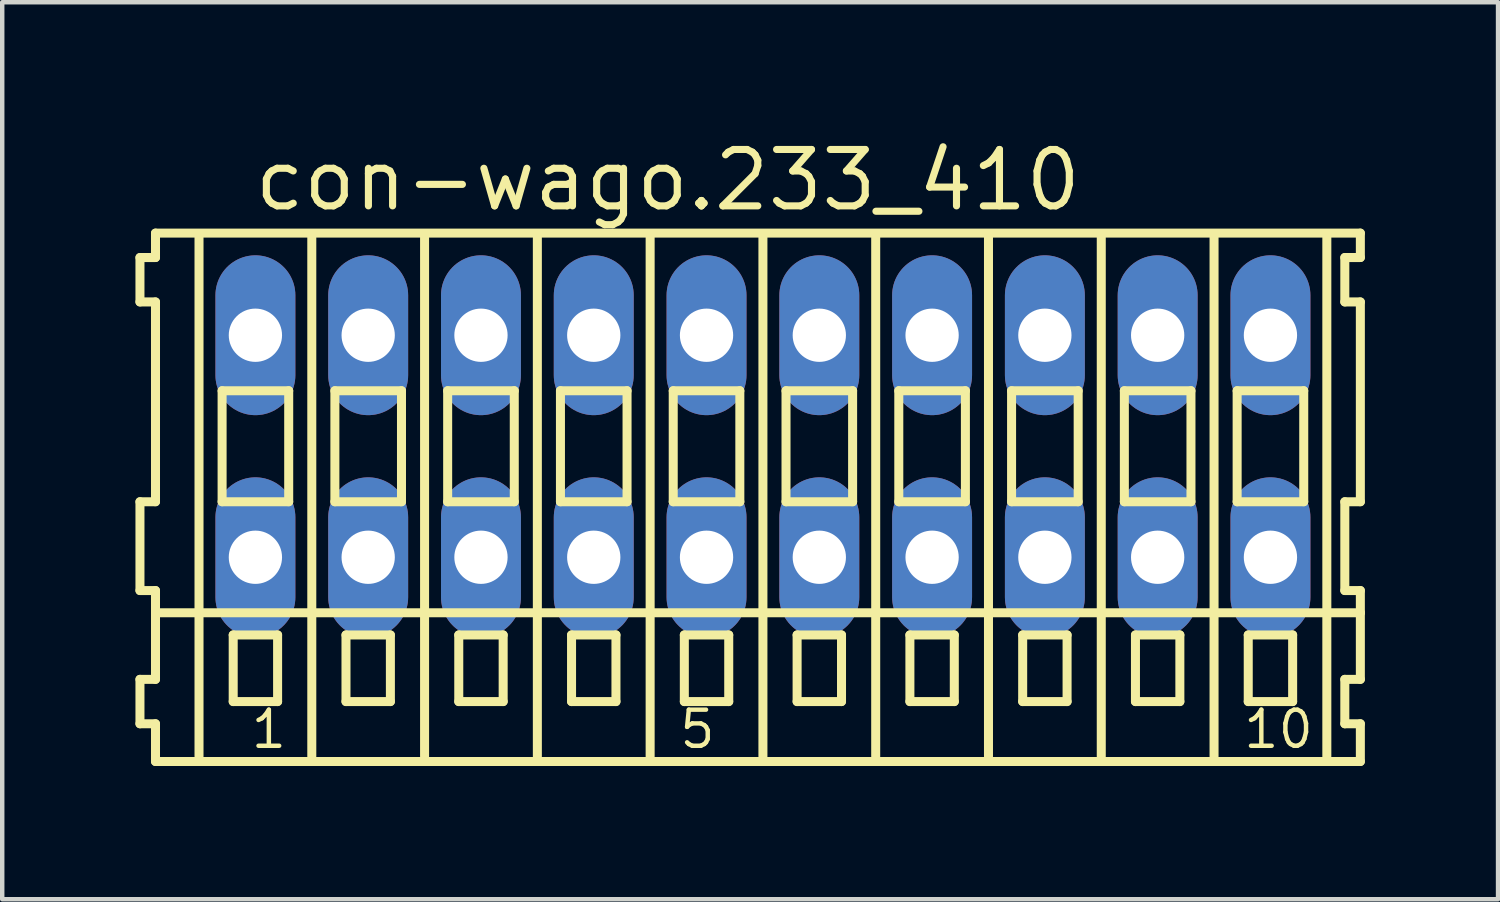
<source format=kicad_pcb>
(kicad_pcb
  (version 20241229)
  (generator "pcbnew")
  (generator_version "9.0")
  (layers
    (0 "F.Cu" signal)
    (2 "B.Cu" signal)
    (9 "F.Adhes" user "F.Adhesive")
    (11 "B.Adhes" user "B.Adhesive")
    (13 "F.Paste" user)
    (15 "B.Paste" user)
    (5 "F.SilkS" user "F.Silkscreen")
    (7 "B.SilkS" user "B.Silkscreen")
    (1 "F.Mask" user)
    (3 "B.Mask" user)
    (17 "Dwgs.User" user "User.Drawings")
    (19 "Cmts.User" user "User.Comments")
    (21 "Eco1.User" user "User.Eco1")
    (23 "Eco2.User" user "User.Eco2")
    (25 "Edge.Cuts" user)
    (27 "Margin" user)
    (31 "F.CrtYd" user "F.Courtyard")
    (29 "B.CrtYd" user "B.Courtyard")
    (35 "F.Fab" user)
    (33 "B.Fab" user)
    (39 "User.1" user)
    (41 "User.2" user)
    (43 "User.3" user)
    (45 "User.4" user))
  (footprint "con-wago.233_410"
    (layer "F.Cu")
    (at 14.132 7)
    (property "Reference" "con-wago.233_410" (at -11.53 -5.25 0) (layer "F.SilkS") (effects (font (size 1.27 1.27) (thickness 0.16)) (justify left bottom)))
    (attr through_hole)
    (fp_line (start -14.03 -4.25) (end -14.03 -3.25) (stroke (width 0.203) (type default)) (layer "F.SilkS"))
    (fp_line (start -14.03 -3.25) (end -13.68 -3.25) (stroke (width 0.203) (type default)) (layer "F.SilkS"))
    (fp_line (start -14.03 1.25) (end -14.03 3.25) (stroke (width 0.203) (type default)) (layer "F.SilkS"))
    (fp_line (start -14.03 3.25) (end -13.68 3.25) (stroke (width 0.203) (type default)) (layer "F.SilkS"))
    (fp_line (start -14.03 5.25) (end -14.03 6.25) (stroke (width 0.203) (type default)) (layer "F.SilkS"))
    (fp_line (start -14.03 6.25) (end -13.68 6.25) (stroke (width 0.203) (type default)) (layer "F.SilkS"))
    (fp_line (start -13.68 -4.8) (end -13.68 -4.25) (stroke (width 0.203) (type default)) (layer "F.SilkS"))
    (fp_line (start -13.68 -4.25) (end -14.03 -4.25) (stroke (width 0.203) (type default)) (layer "F.SilkS"))
    (fp_line (start -13.68 -3.25) (end -13.68 1.25) (stroke (width 0.203) (type default)) (layer "F.SilkS"))
    (fp_line (start -13.68 1.25) (end -14.03 1.25) (stroke (width 0.203) (type default)) (layer "F.SilkS"))
    (fp_line (start -13.68 3.25) (end -13.68 5.25) (stroke (width 0.203) (type default)) (layer "F.SilkS"))
    (fp_line (start -13.68 3.75) (end 13.455 3.75) (stroke (width 0.203) (type default)) (layer "F.SilkS"))
    (fp_line (start -13.68 5.25) (end -14.03 5.25) (stroke (width 0.203) (type default)) (layer "F.SilkS"))
    (fp_line (start -13.68 6.25) (end -13.68 7.1) (stroke (width 0.203) (type default)) (layer "F.SilkS"))
    (fp_line (start -13.68 7.1) (end 13.455 7.1) (stroke (width 0.203) (type default)) (layer "F.SilkS"))
    (fp_line (start -12.7 6.985) (end -12.7 -4.699) (stroke (width 0.203) (type default)) (layer "F.SilkS"))
    (fp_line (start -12.18 -1.25) (end -12.18 1.25) (stroke (width 0.203) (type default)) (layer "F.SilkS"))
    (fp_line (start -12.18 1.25) (end -10.68 1.25) (stroke (width 0.203) (type default)) (layer "F.SilkS"))
    (fp_line (start -11.93 4.25) (end -11.93 5.75) (stroke (width 0.203) (type default)) (layer "F.SilkS"))
    (fp_line (start -11.93 5.75) (end -10.93 5.75) (stroke (width 0.203) (type default)) (layer "F.SilkS"))
    (fp_line (start -10.93 4.25) (end -11.93 4.25) (stroke (width 0.203) (type default)) (layer "F.SilkS"))
    (fp_line (start -10.93 5.75) (end -10.93 4.25) (stroke (width 0.203) (type default)) (layer "F.SilkS"))
    (fp_line (start -10.68 -1.25) (end -12.18 -1.25) (stroke (width 0.203) (type default)) (layer "F.SilkS"))
    (fp_line (start -10.68 1.25) (end -10.68 -1.25) (stroke (width 0.203) (type default)) (layer "F.SilkS"))
    (fp_line (start -10.16 6.985) (end -10.16 -4.699) (stroke (width 0.203) (type default)) (layer "F.SilkS"))
    (fp_line (start -9.64 -1.25) (end -9.64 1.25) (stroke (width 0.203) (type default)) (layer "F.SilkS"))
    (fp_line (start -9.64 1.25) (end -8.14 1.25) (stroke (width 0.203) (type default)) (layer "F.SilkS"))
    (fp_line (start -9.39 4.25) (end -9.39 5.75) (stroke (width 0.203) (type default)) (layer "F.SilkS"))
    (fp_line (start -9.39 5.75) (end -8.39 5.75) (stroke (width 0.203) (type default)) (layer "F.SilkS"))
    (fp_line (start -8.39 4.25) (end -9.39 4.25) (stroke (width 0.203) (type default)) (layer "F.SilkS"))
    (fp_line (start -8.39 5.75) (end -8.39 4.25) (stroke (width 0.203) (type default)) (layer "F.SilkS"))
    (fp_line (start -8.14 -1.25) (end -9.64 -1.25) (stroke (width 0.203) (type default)) (layer "F.SilkS"))
    (fp_line (start -8.14 1.25) (end -8.14 -1.25) (stroke (width 0.203) (type default)) (layer "F.SilkS"))
    (fp_line (start -7.62 6.985) (end -7.62 -4.699) (stroke (width 0.203) (type default)) (layer "F.SilkS"))
    (fp_line (start -7.1 -1.25) (end -7.1 1.25) (stroke (width 0.203) (type default)) (layer "F.SilkS"))
    (fp_line (start -7.1 1.25) (end -5.6 1.25) (stroke (width 0.203) (type default)) (layer "F.SilkS"))
    (fp_line (start -6.85 4.25) (end -6.85 5.75) (stroke (width 0.203) (type default)) (layer "F.SilkS"))
    (fp_line (start -6.85 5.75) (end -5.85 5.75) (stroke (width 0.203) (type default)) (layer "F.SilkS"))
    (fp_line (start -5.85 4.25) (end -6.85 4.25) (stroke (width 0.203) (type default)) (layer "F.SilkS"))
    (fp_line (start -5.85 5.75) (end -5.85 4.25) (stroke (width 0.203) (type default)) (layer "F.SilkS"))
    (fp_line (start -5.6 -1.25) (end -7.1 -1.25) (stroke (width 0.203) (type default)) (layer "F.SilkS"))
    (fp_line (start -5.6 1.25) (end -5.6 -1.25) (stroke (width 0.203) (type default)) (layer "F.SilkS"))
    (fp_line (start -5.08 6.985) (end -5.08 -4.699) (stroke (width 0.203) (type default)) (layer "F.SilkS"))
    (fp_line (start -4.56 -1.25) (end -4.56 1.25) (stroke (width 0.203) (type default)) (layer "F.SilkS"))
    (fp_line (start -4.56 1.25) (end -3.06 1.25) (stroke (width 0.203) (type default)) (layer "F.SilkS"))
    (fp_line (start -4.31 4.25) (end -4.31 5.75) (stroke (width 0.203) (type default)) (layer "F.SilkS"))
    (fp_line (start -4.31 5.75) (end -3.31 5.75) (stroke (width 0.203) (type default)) (layer "F.SilkS"))
    (fp_line (start -3.31 4.25) (end -4.31 4.25) (stroke (width 0.203) (type default)) (layer "F.SilkS"))
    (fp_line (start -3.31 5.75) (end -3.31 4.25) (stroke (width 0.203) (type default)) (layer "F.SilkS"))
    (fp_line (start -3.06 -1.25) (end -4.56 -1.25) (stroke (width 0.203) (type default)) (layer "F.SilkS"))
    (fp_line (start -3.06 1.25) (end -3.06 -1.25) (stroke (width 0.203) (type default)) (layer "F.SilkS"))
    (fp_line (start -2.54 6.985) (end -2.54 -4.699) (stroke (width 0.203) (type default)) (layer "F.SilkS"))
    (fp_line (start -2.02 -1.25) (end -2.02 1.25) (stroke (width 0.203) (type default)) (layer "F.SilkS"))
    (fp_line (start -2.02 1.25) (end -0.52 1.25) (stroke (width 0.203) (type default)) (layer "F.SilkS"))
    (fp_line (start -1.77 4.25) (end -1.77 5.75) (stroke (width 0.203) (type default)) (layer "F.SilkS"))
    (fp_line (start -1.77 5.75) (end -0.77 5.75) (stroke (width 0.203) (type default)) (layer "F.SilkS"))
    (fp_line (start -0.77 4.25) (end -1.77 4.25) (stroke (width 0.203) (type default)) (layer "F.SilkS"))
    (fp_line (start -0.77 5.75) (end -0.77 4.25) (stroke (width 0.203) (type default)) (layer "F.SilkS"))
    (fp_line (start -0.52 -1.25) (end -2.02 -1.25) (stroke (width 0.203) (type default)) (layer "F.SilkS"))
    (fp_line (start -0.52 1.25) (end -0.52 -1.25) (stroke (width 0.203) (type default)) (layer "F.SilkS"))
    (fp_line (start 0 6.985) (end 0 -4.699) (stroke (width 0.203) (type default)) (layer "F.SilkS"))
    (fp_line (start 0.52 -1.25) (end 0.52 1.25) (stroke (width 0.203) (type default)) (layer "F.SilkS"))
    (fp_line (start 0.52 1.25) (end 2.02 1.25) (stroke (width 0.203) (type default)) (layer "F.SilkS"))
    (fp_line (start 0.77 4.25) (end 0.77 5.75) (stroke (width 0.203) (type default)) (layer "F.SilkS"))
    (fp_line (start 0.77 5.75) (end 1.77 5.75) (stroke (width 0.203) (type default)) (layer "F.SilkS"))
    (fp_line (start 1.77 4.25) (end 0.77 4.25) (stroke (width 0.203) (type default)) (layer "F.SilkS"))
    (fp_line (start 1.77 5.75) (end 1.77 4.25) (stroke (width 0.203) (type default)) (layer "F.SilkS"))
    (fp_line (start 2.02 -1.25) (end 0.52 -1.25) (stroke (width 0.203) (type default)) (layer "F.SilkS"))
    (fp_line (start 2.02 1.25) (end 2.02 -1.25) (stroke (width 0.203) (type default)) (layer "F.SilkS"))
    (fp_line (start 2.54 6.985) (end 2.54 -4.699) (stroke (width 0.203) (type default)) (layer "F.SilkS"))
    (fp_line (start 3.06 -1.25) (end 3.06 1.25) (stroke (width 0.203) (type default)) (layer "F.SilkS"))
    (fp_line (start 3.06 1.25) (end 4.56 1.25) (stroke (width 0.203) (type default)) (layer "F.SilkS"))
    (fp_line (start 3.31 4.25) (end 3.31 5.75) (stroke (width 0.203) (type default)) (layer "F.SilkS"))
    (fp_line (start 3.31 5.75) (end 4.31 5.75) (stroke (width 0.203) (type default)) (layer "F.SilkS"))
    (fp_line (start 4.31 4.25) (end 3.31 4.25) (stroke (width 0.203) (type default)) (layer "F.SilkS"))
    (fp_line (start 4.31 5.75) (end 4.31 4.25) (stroke (width 0.203) (type default)) (layer "F.SilkS"))
    (fp_line (start 4.56 -1.25) (end 3.06 -1.25) (stroke (width 0.203) (type default)) (layer "F.SilkS"))
    (fp_line (start 4.56 1.25) (end 4.56 -1.25) (stroke (width 0.203) (type default)) (layer "F.SilkS"))
    (fp_line (start 5.08 6.985) (end 5.08 -4.699) (stroke (width 0.203) (type default)) (layer "F.SilkS"))
    (fp_line (start 5.6 -1.25) (end 5.6 1.25) (stroke (width 0.203) (type default)) (layer "F.SilkS"))
    (fp_line (start 5.6 1.25) (end 7.1 1.25) (stroke (width 0.203) (type default)) (layer "F.SilkS"))
    (fp_line (start 5.85 4.25) (end 5.85 5.75) (stroke (width 0.203) (type default)) (layer "F.SilkS"))
    (fp_line (start 5.85 5.75) (end 6.85 5.75) (stroke (width 0.203) (type default)) (layer "F.SilkS"))
    (fp_line (start 6.85 4.25) (end 5.85 4.25) (stroke (width 0.203) (type default)) (layer "F.SilkS"))
    (fp_line (start 6.85 5.75) (end 6.85 4.25) (stroke (width 0.203) (type default)) (layer "F.SilkS"))
    (fp_line (start 7.1 -1.25) (end 5.6 -1.25) (stroke (width 0.203) (type default)) (layer "F.SilkS"))
    (fp_line (start 7.1 1.25) (end 7.1 -1.25) (stroke (width 0.203) (type default)) (layer "F.SilkS"))
    (fp_line (start 7.62 6.985) (end 7.62 -4.699) (stroke (width 0.203) (type default)) (layer "F.SilkS"))
    (fp_line (start 8.14 -1.25) (end 8.14 1.25) (stroke (width 0.203) (type default)) (layer "F.SilkS"))
    (fp_line (start 8.14 1.25) (end 9.64 1.25) (stroke (width 0.203) (type default)) (layer "F.SilkS"))
    (fp_line (start 8.39 4.25) (end 8.39 5.75) (stroke (width 0.203) (type default)) (layer "F.SilkS"))
    (fp_line (start 8.39 5.75) (end 9.39 5.75) (stroke (width 0.203) (type default)) (layer "F.SilkS"))
    (fp_line (start 9.39 4.25) (end 8.39 4.25) (stroke (width 0.203) (type default)) (layer "F.SilkS"))
    (fp_line (start 9.39 5.75) (end 9.39 4.25) (stroke (width 0.203) (type default)) (layer "F.SilkS"))
    (fp_line (start 9.64 -1.25) (end 8.14 -1.25) (stroke (width 0.203) (type default)) (layer "F.SilkS"))
    (fp_line (start 9.64 1.25) (end 9.64 -1.25) (stroke (width 0.203) (type default)) (layer "F.SilkS"))
    (fp_line (start 10.16 6.985) (end 10.16 -4.699) (stroke (width 0.203) (type default)) (layer "F.SilkS"))
    (fp_line (start 10.68 -1.25) (end 10.68 1.25) (stroke (width 0.203) (type default)) (layer "F.SilkS"))
    (fp_line (start 10.68 1.25) (end 12.18 1.25) (stroke (width 0.203) (type default)) (layer "F.SilkS"))
    (fp_line (start 10.93 4.25) (end 10.93 5.75) (stroke (width 0.203) (type default)) (layer "F.SilkS"))
    (fp_line (start 10.93 5.75) (end 11.93 5.75) (stroke (width 0.203) (type default)) (layer "F.SilkS"))
    (fp_line (start 11.93 4.25) (end 10.93 4.25) (stroke (width 0.203) (type default)) (layer "F.SilkS"))
    (fp_line (start 11.93 5.75) (end 11.93 4.25) (stroke (width 0.203) (type default)) (layer "F.SilkS"))
    (fp_line (start 12.18 -1.25) (end 10.68 -1.25) (stroke (width 0.203) (type default)) (layer "F.SilkS"))
    (fp_line (start 12.18 1.25) (end 12.18 -1.25) (stroke (width 0.203) (type default)) (layer "F.SilkS"))
    (fp_line (start 12.7 6.985) (end 12.7 -4.699) (stroke (width 0.203) (type default)) (layer "F.SilkS"))
    (fp_line (start 13.105 -4.25) (end 13.105 -3.25) (stroke (width 0.203) (type default)) (layer "F.SilkS"))
    (fp_line (start 13.105 -3.25) (end 13.455 -3.25) (stroke (width 0.203) (type default)) (layer "F.SilkS"))
    (fp_line (start 13.105 1.25) (end 13.105 3.25) (stroke (width 0.203) (type default)) (layer "F.SilkS"))
    (fp_line (start 13.105 3.25) (end 13.455 3.25) (stroke (width 0.203) (type default)) (layer "F.SilkS"))
    (fp_line (start 13.105 5.25) (end 13.105 6.25) (stroke (width 0.203) (type default)) (layer "F.SilkS"))
    (fp_line (start 13.105 6.25) (end 13.455 6.25) (stroke (width 0.203) (type default)) (layer "F.SilkS"))
    (fp_line (start 13.455 -4.8) (end -13.68 -4.8) (stroke (width 0.203) (type default)) (layer "F.SilkS"))
    (fp_line (start 13.455 -4.25) (end 13.105 -4.25) (stroke (width 0.203) (type default)) (layer "F.SilkS"))
    (fp_line (start 13.455 -4.25) (end 13.455 -4.8) (stroke (width 0.203) (type default)) (layer "F.SilkS"))
    (fp_line (start 13.455 1.25) (end 13.105 1.25) (stroke (width 0.203) (type default)) (layer "F.SilkS"))
    (fp_line (start 13.455 1.25) (end 13.455 -3.25) (stroke (width 0.203) (type default)) (layer "F.SilkS"))
    (fp_line (start 13.455 3.75) (end 13.455 3.25) (stroke (width 0.203) (type default)) (layer "F.SilkS"))
    (fp_line (start 13.455 5.25) (end 13.105 5.25) (stroke (width 0.203) (type default)) (layer "F.SilkS"))
    (fp_line (start 13.455 5.25) (end 13.455 3.75) (stroke (width 0.203) (type default)) (layer "F.SilkS"))
    (fp_line (start 13.455 7.1) (end 13.455 6.25) (stroke (width 0.203) (type default)) (layer "F.SilkS"))
    (fp_text user "10" (at 10.772 6.85 0) (layer "F.SilkS") (effects (font (size 0.813 0.813) (thickness 0.1)) (justify left bottom)))
    (fp_text user "1" (at -11.58 6.85 0) (layer "F.SilkS") (effects (font (size 0.813 0.813) (thickness 0.1)) (justify left bottom)))
    (fp_text user "5" (at -1.928 6.85 0) (layer "F.SilkS") (effects (font (size 0.813 0.813) (thickness 0.1)) (justify left bottom)))
    (pad "A1" thru_hole oval (at -11.43 -2.5 90) (size 3.6 1.8) (drill 1.2) (layers "*.Cu" "*.Mask"))
    (pad "A2" thru_hole oval (at -8.89 -2.5 90) (size 3.6 1.8) (drill 1.2) (layers "*.Cu" "*.Mask"))
    (pad "A3" thru_hole oval (at -6.35 -2.5 90) (size 3.6 1.8) (drill 1.2) (layers "*.Cu" "*.Mask"))
    (pad "A4" thru_hole oval (at -3.81 -2.5 90) (size 3.6 1.8) (drill 1.2) (layers "*.Cu" "*.Mask"))
    (pad "A5" thru_hole oval (at -1.27 -2.5 90) (size 3.6 1.8) (drill 1.2) (layers "*.Cu" "*.Mask"))
    (pad "A6" thru_hole oval (at 1.27 -2.5 90) (size 3.6 1.8) (drill 1.2) (layers "*.Cu" "*.Mask"))
    (pad "A7" thru_hole oval (at 3.81 -2.5 90) (size 3.6 1.8) (drill 1.2) (layers "*.Cu" "*.Mask"))
    (pad "A8" thru_hole oval (at 6.35 -2.5 90) (size 3.6 1.8) (drill 1.2) (layers "*.Cu" "*.Mask"))
    (pad "A9" thru_hole oval (at 8.89 -2.5 90) (size 3.6 1.8) (drill 1.2) (layers "*.Cu" "*.Mask"))
    (pad "A10" thru_hole oval (at 11.43 -2.5 90) (size 3.6 1.8) (drill 1.2) (layers "*.Cu" "*.Mask"))
    (pad "B1" thru_hole oval (at -11.43 2.5 90) (size 3.6 1.8) (drill 1.2) (layers "*.Cu" "*.Mask"))
    (pad "B2" thru_hole oval (at -8.89 2.5 90) (size 3.6 1.8) (drill 1.2) (layers "*.Cu" "*.Mask"))
    (pad "B3" thru_hole oval (at -6.35 2.5 90) (size 3.6 1.8) (drill 1.2) (layers "*.Cu" "*.Mask"))
    (pad "B4" thru_hole oval (at -3.81 2.5 90) (size 3.6 1.8) (drill 1.2) (layers "*.Cu" "*.Mask"))
    (pad "B5" thru_hole oval (at -1.27 2.5 90) (size 3.6 1.8) (drill 1.2) (layers "*.Cu" "*.Mask"))
    (pad "B6" thru_hole oval (at 1.27 2.5 90) (size 3.6 1.8) (drill 1.2) (layers "*.Cu" "*.Mask"))
    (pad "B7" thru_hole oval (at 3.81 2.5 90) (size 3.6 1.8) (drill 1.2) (layers "*.Cu" "*.Mask"))
    (pad "B8" thru_hole oval (at 6.35 2.5 90) (size 3.6 1.8) (drill 1.2) (layers "*.Cu" "*.Mask"))
    (pad "B9" thru_hole oval (at 8.89 2.5 90) (size 3.6 1.8) (drill 1.2) (layers "*.Cu" "*.Mask"))
    (pad "B10" thru_hole oval (at 11.43 2.5 90) (size 3.6 1.8) (drill 1.2) (layers "*.Cu" "*.Mask")))
  (gr_rect
    (start -3 -3)
    (end 30.688 17.202)
    (stroke (width 0.1) (type default))
    (fill no)
    (layer "Edge.Cuts")))
</source>
